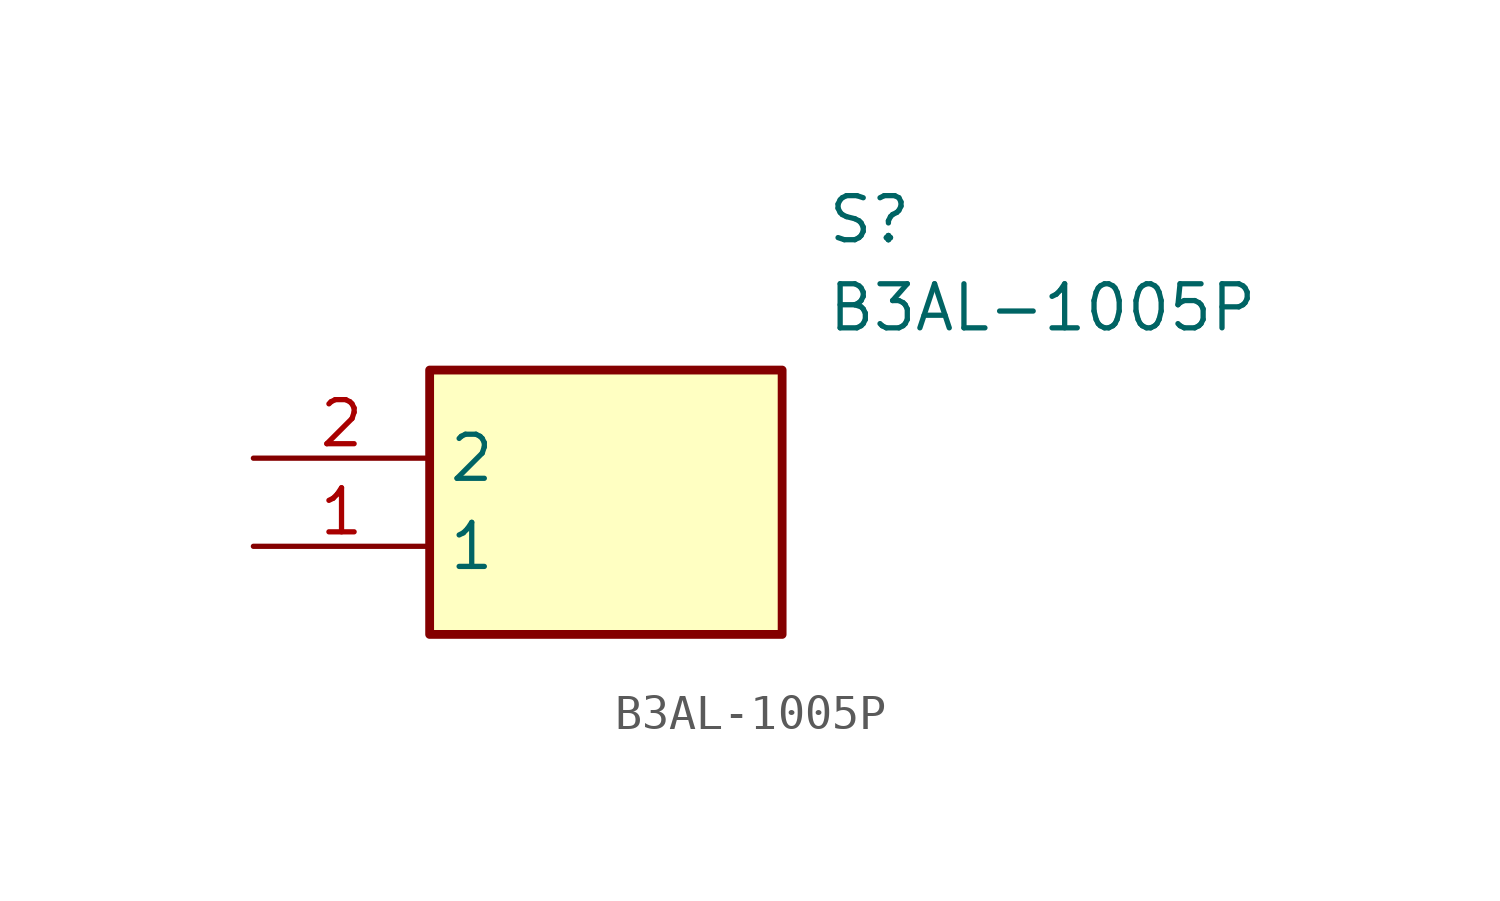
<source format=kicad_sym>
(kicad_symbol_lib
  (version 20211014)
  (generator SamacSys_ECAD_Model)
  (symbol "B3AL-1005P"
    (property "Reference" "S"
      (at 16.51 7.62 0)
      (effects (font (size 1.27 1.27)) (justify left top)))
    (property "Value" "B3AL-1005P"
      (at 16.51 5.08 0)
      (effects (font (size 1.27 1.27)) (justify left top)))
    (rectangle
      (start 5.08 2.54)
      (end 15.24 -5.08)
      (stroke (width 0.254) (type default))
      (fill (type background)))
    (pin passive line
      (at 0 -2.54 0)
      (length 5.08)
      (name "1" (effects (font (size 1.27 1.27))))
      (number "1" (effects (font (size 1.27 1.27)))))
    (pin passive line
      (at 0 0 0)
      (length 5.08)
      (name "2" (effects (font (size 1.27 1.27))))
      (number "2" (effects (font (size 1.27 1.27)))))))
</source>
